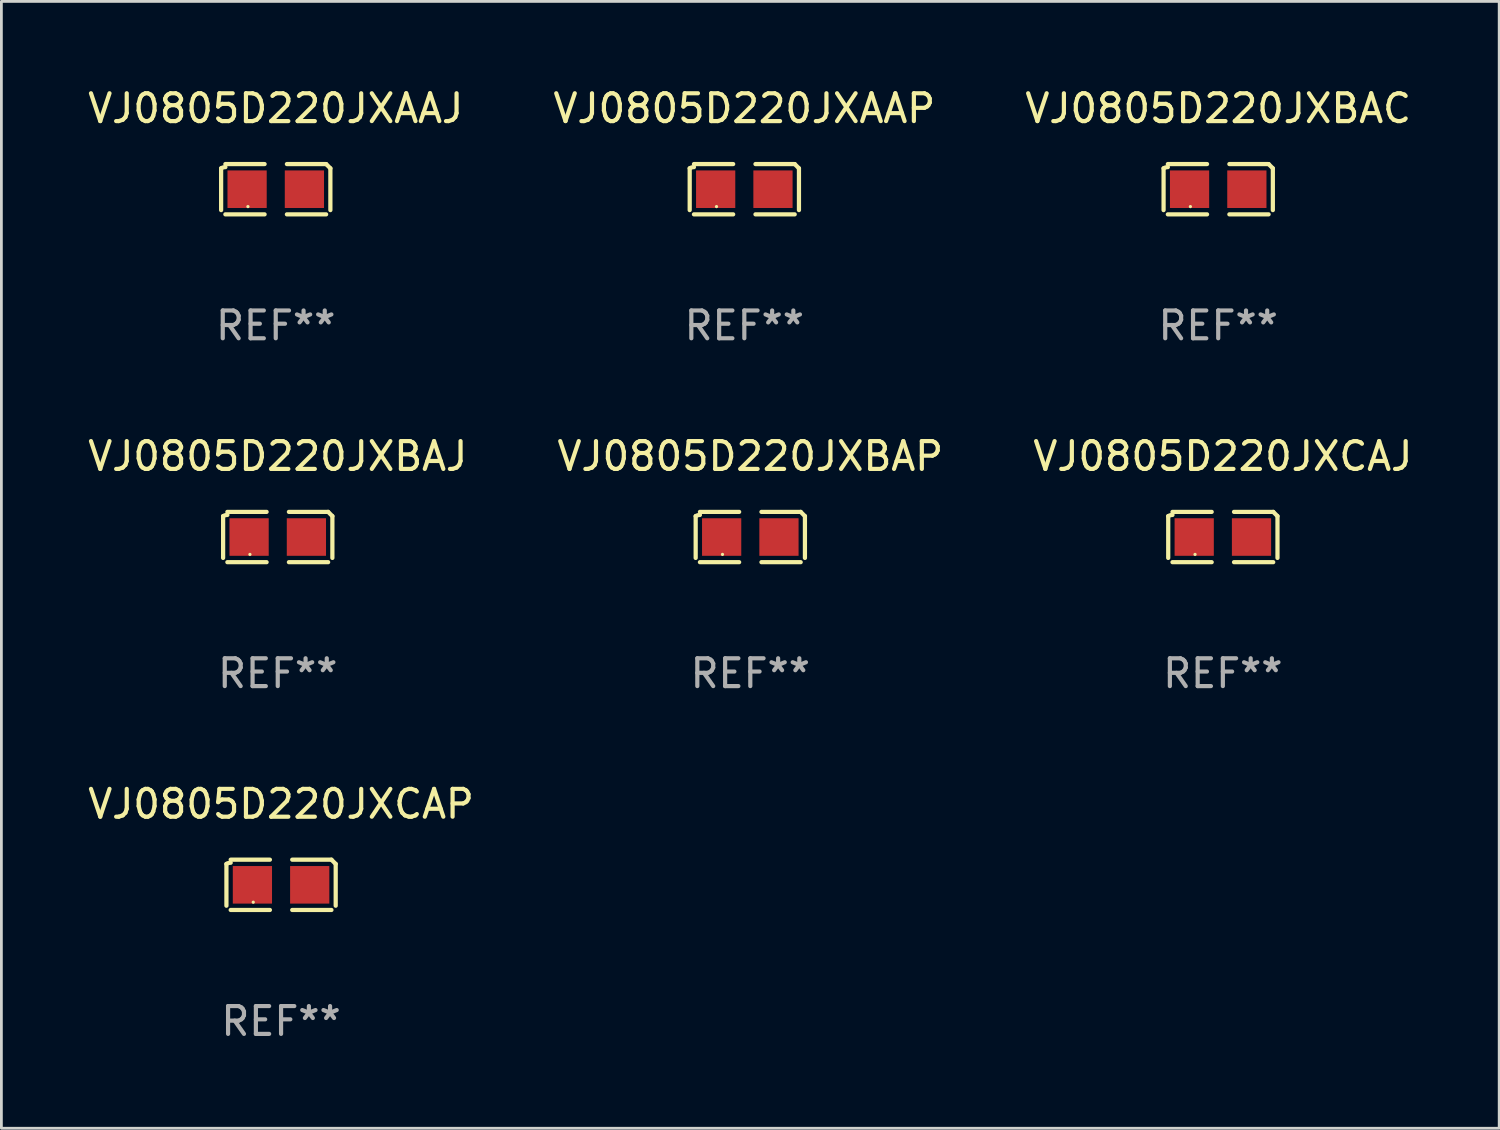
<source format=kicad_pcb>
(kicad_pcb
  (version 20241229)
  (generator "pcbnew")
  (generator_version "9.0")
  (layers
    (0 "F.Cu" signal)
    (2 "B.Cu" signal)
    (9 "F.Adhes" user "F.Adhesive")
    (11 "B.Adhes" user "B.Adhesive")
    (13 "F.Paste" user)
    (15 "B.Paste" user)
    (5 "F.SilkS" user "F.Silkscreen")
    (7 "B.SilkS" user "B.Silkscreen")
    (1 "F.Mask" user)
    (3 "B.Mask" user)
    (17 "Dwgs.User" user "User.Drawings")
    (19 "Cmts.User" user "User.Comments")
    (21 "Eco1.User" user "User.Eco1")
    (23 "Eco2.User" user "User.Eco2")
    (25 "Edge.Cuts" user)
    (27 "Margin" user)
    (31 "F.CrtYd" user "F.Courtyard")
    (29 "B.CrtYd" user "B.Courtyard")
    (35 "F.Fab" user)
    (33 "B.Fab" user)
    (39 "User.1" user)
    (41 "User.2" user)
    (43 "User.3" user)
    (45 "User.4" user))
  (footprint "VJ0805D220JXBAP"
    (layer "F.Cu")
    (at 23.923 16.256)
    (property "Reference" "VJ0805D220JXBAP" (at 0 -2.904 0) (layer "F.SilkS") (effects (font (size 1 1) (thickness 0.15))))
    (attr through_hole)
    (fp_line (start -1.964 0.751) (end -1.964 -0.751) (stroke (width 0.152) (type solid)) (layer "F.SilkS"))
    (fp_line (start -1.811 -0.904) (end -0.401 -0.904) (stroke (width 0.152) (type solid)) (layer "F.SilkS"))
    (fp_line (start -0.401 0.904) (end -1.811 0.904) (stroke (width 0.152) (type solid)) (layer "F.SilkS"))
    (fp_line (start 0.401 0.904) (end 1.811 0.904) (stroke (width 0.152) (type solid)) (layer "F.SilkS"))
    (fp_line (start 1.811 -0.904) (end 0.401 -0.904) (stroke (width 0.152) (type solid)) (layer "F.SilkS"))
    (fp_line (start 1.964 0.751) (end 1.964 -0.751) (stroke (width 0.152) (type solid)) (layer "F.SilkS"))
    (fp_arc (start -1.963602 -0.751207) (mid -1.890354 -0.783131) (end -1.811201 -0.794044) (stroke (width 0.1524) (type solid)) (layer "F.SilkS"))
    (fp_arc (start 1.811202 -0.903607) (mid 1.887413 -0.827418) (end 1.963602 -0.751207) (stroke (width 0.1524) (type solid)) (layer "F.SilkS"))
    (fp_circle (center -1 0.625) (end -0.97 0.625) (stroke (width 0.06) (type solid)) (fill no) (layer "F.SilkS"))
    (fp_text user "REF**" (at 0 4.904 0) (layer "F.Fab") (effects (font (size 1 1) (thickness 0.15))))
    (pad "1" smd rect (at -1.03 0) (size 1.41 1.35) (layers "F.Cu" "F.Mask" "F.Paste"))
    (pad "2" smd rect (at 1.03 0) (size 1.41 1.35) (layers "F.Cu" "F.Mask" "F.Paste")))
  (footprint "VJ0805D220JXBAC"
    (layer "F.Cu")
    (at 40.744 3.752)
    (property "Reference" "VJ0805D220JXBAC" (at 0 -2.904 0) (layer "F.SilkS") (effects (font (size 1 1) (thickness 0.15))))
    (attr through_hole)
    (fp_line (start -1.964 0.751) (end -1.964 -0.751) (stroke (width 0.152) (type solid)) (layer "F.SilkS"))
    (fp_line (start -1.811 -0.904) (end -0.401 -0.904) (stroke (width 0.152) (type solid)) (layer "F.SilkS"))
    (fp_line (start -0.401 0.904) (end -1.811 0.904) (stroke (width 0.152) (type solid)) (layer "F.SilkS"))
    (fp_line (start 0.401 0.904) (end 1.811 0.904) (stroke (width 0.152) (type solid)) (layer "F.SilkS"))
    (fp_line (start 1.811 -0.904) (end 0.401 -0.904) (stroke (width 0.152) (type solid)) (layer "F.SilkS"))
    (fp_line (start 1.964 0.751) (end 1.964 -0.751) (stroke (width 0.152) (type solid)) (layer "F.SilkS"))
    (fp_arc (start -1.963602 -0.751207) (mid -1.890354 -0.783131) (end -1.811201 -0.794044) (stroke (width 0.1524) (type solid)) (layer "F.SilkS"))
    (fp_arc (start 1.811202 -0.903607) (mid 1.887413 -0.827418) (end 1.963602 -0.751207) (stroke (width 0.1524) (type solid)) (layer "F.SilkS"))
    (fp_circle (center -1 0.625) (end -0.97 0.625) (stroke (width 0.06) (type solid)) (fill no) (layer "F.SilkS"))
    (fp_text user "REF**" (at 0 4.904 0) (layer "F.Fab") (effects (font (size 1 1) (thickness 0.15))))
    (pad "1" smd rect (at -1.03 0) (size 1.41 1.35) (layers "F.Cu" "F.Mask" "F.Paste"))
    (pad "2" smd rect (at 1.03 0) (size 1.41 1.35) (layers "F.Cu" "F.Mask" "F.Paste")))
  (footprint "VJ0805D220JXBAJ"
    (layer "F.Cu")
    (at 6.935 16.256)
    (property "Reference" "VJ0805D220JXBAJ" (at 0 -2.904 0) (layer "F.SilkS") (effects (font (size 1 1) (thickness 0.15))))
    (attr through_hole)
    (fp_line (start -1.964 0.751) (end -1.964 -0.751) (stroke (width 0.152) (type solid)) (layer "F.SilkS"))
    (fp_line (start -1.811 -0.904) (end -0.401 -0.904) (stroke (width 0.152) (type solid)) (layer "F.SilkS"))
    (fp_line (start -0.401 0.904) (end -1.811 0.904) (stroke (width 0.152) (type solid)) (layer "F.SilkS"))
    (fp_line (start 0.401 0.904) (end 1.811 0.904) (stroke (width 0.152) (type solid)) (layer "F.SilkS"))
    (fp_line (start 1.811 -0.904) (end 0.401 -0.904) (stroke (width 0.152) (type solid)) (layer "F.SilkS"))
    (fp_line (start 1.964 0.751) (end 1.964 -0.751) (stroke (width 0.152) (type solid)) (layer "F.SilkS"))
    (fp_arc (start -1.963602 -0.751207) (mid -1.890354 -0.783131) (end -1.811201 -0.794044) (stroke (width 0.1524) (type solid)) (layer "F.SilkS"))
    (fp_arc (start 1.811202 -0.903607) (mid 1.887413 -0.827418) (end 1.963602 -0.751207) (stroke (width 0.1524) (type solid)) (layer "F.SilkS"))
    (fp_circle (center -1 0.625) (end -0.97 0.625) (stroke (width 0.06) (type solid)) (fill no) (layer "F.SilkS"))
    (fp_text user "REF**" (at 0 4.904 0) (layer "F.Fab") (effects (font (size 1 1) (thickness 0.15))))
    (pad "1" smd rect (at -1.03 0) (size 1.41 1.35) (layers "F.Cu" "F.Mask" "F.Paste"))
    (pad "2" smd rect (at 1.03 0) (size 1.41 1.35) (layers "F.Cu" "F.Mask" "F.Paste")))
  (footprint "VJ0805D220JXCAP"
    (layer "F.Cu")
    (at 7.054 28.759)
    (property "Reference" "VJ0805D220JXCAP" (at 0 -2.904 0) (layer "F.SilkS") (effects (font (size 1 1) (thickness 0.15))))
    (attr through_hole)
    (fp_line (start -1.964 0.751) (end -1.964 -0.751) (stroke (width 0.152) (type solid)) (layer "F.SilkS"))
    (fp_line (start -1.811 -0.904) (end -0.401 -0.904) (stroke (width 0.152) (type solid)) (layer "F.SilkS"))
    (fp_line (start -0.401 0.904) (end -1.811 0.904) (stroke (width 0.152) (type solid)) (layer "F.SilkS"))
    (fp_line (start 0.401 0.904) (end 1.811 0.904) (stroke (width 0.152) (type solid)) (layer "F.SilkS"))
    (fp_line (start 1.811 -0.904) (end 0.401 -0.904) (stroke (width 0.152) (type solid)) (layer "F.SilkS"))
    (fp_line (start 1.964 0.751) (end 1.964 -0.751) (stroke (width 0.152) (type solid)) (layer "F.SilkS"))
    (fp_arc (start -1.963602 -0.751207) (mid -1.890354 -0.783131) (end -1.811201 -0.794044) (stroke (width 0.1524) (type solid)) (layer "F.SilkS"))
    (fp_arc (start 1.811202 -0.903607) (mid 1.887413 -0.827418) (end 1.963602 -0.751207) (stroke (width 0.1524) (type solid)) (layer "F.SilkS"))
    (fp_circle (center -1 0.625) (end -0.97 0.625) (stroke (width 0.06) (type solid)) (fill no) (layer "F.SilkS"))
    (fp_text user "REF**" (at 0 4.904 0) (layer "F.Fab") (effects (font (size 1 1) (thickness 0.15))))
    (pad "1" smd rect (at -1.03 0) (size 1.41 1.35) (layers "F.Cu" "F.Mask" "F.Paste"))
    (pad "2" smd rect (at 1.03 0) (size 1.41 1.35) (layers "F.Cu" "F.Mask" "F.Paste")))
  (footprint "VJ0805D220JXAAJ"
    (layer "F.Cu")
    (at 6.863 3.752)
    (property "Reference" "VJ0805D220JXAAJ" (at 0 -2.904 0) (layer "F.SilkS") (effects (font (size 1 1) (thickness 0.15))))
    (attr through_hole)
    (fp_line (start -1.964 0.751) (end -1.964 -0.751) (stroke (width 0.152) (type solid)) (layer "F.SilkS"))
    (fp_line (start -1.811 -0.904) (end -0.401 -0.904) (stroke (width 0.152) (type solid)) (layer "F.SilkS"))
    (fp_line (start -0.401 0.904) (end -1.811 0.904) (stroke (width 0.152) (type solid)) (layer "F.SilkS"))
    (fp_line (start 0.401 0.904) (end 1.811 0.904) (stroke (width 0.152) (type solid)) (layer "F.SilkS"))
    (fp_line (start 1.811 -0.904) (end 0.401 -0.904) (stroke (width 0.152) (type solid)) (layer "F.SilkS"))
    (fp_line (start 1.964 0.751) (end 1.964 -0.751) (stroke (width 0.152) (type solid)) (layer "F.SilkS"))
    (fp_arc (start -1.963602 -0.751207) (mid -1.890354 -0.783131) (end -1.811201 -0.794044) (stroke (width 0.1524) (type solid)) (layer "F.SilkS"))
    (fp_arc (start 1.811202 -0.903607) (mid 1.887413 -0.827418) (end 1.963602 -0.751207) (stroke (width 0.1524) (type solid)) (layer "F.SilkS"))
    (fp_circle (center -1 0.625) (end -0.97 0.625) (stroke (width 0.06) (type solid)) (fill no) (layer "F.SilkS"))
    (fp_text user "REF**" (at 0 4.904 0) (layer "F.Fab") (effects (font (size 1 1) (thickness 0.15))))
    (pad "1" smd rect (at -1.03 0) (size 1.41 1.35) (layers "F.Cu" "F.Mask" "F.Paste"))
    (pad "2" smd rect (at 1.03 0) (size 1.41 1.35) (layers "F.Cu" "F.Mask" "F.Paste")))
  (footprint "VJ0805D220JXCAJ"
    (layer "F.Cu")
    (at 40.911 16.256)
    (property "Reference" "VJ0805D220JXCAJ" (at 0 -2.904 0) (layer "F.SilkS") (effects (font (size 1 1) (thickness 0.15))))
    (attr through_hole)
    (fp_line (start -1.964 0.751) (end -1.964 -0.751) (stroke (width 0.152) (type solid)) (layer "F.SilkS"))
    (fp_line (start -1.811 -0.904) (end -0.401 -0.904) (stroke (width 0.152) (type solid)) (layer "F.SilkS"))
    (fp_line (start -0.401 0.904) (end -1.811 0.904) (stroke (width 0.152) (type solid)) (layer "F.SilkS"))
    (fp_line (start 0.401 0.904) (end 1.811 0.904) (stroke (width 0.152) (type solid)) (layer "F.SilkS"))
    (fp_line (start 1.811 -0.904) (end 0.401 -0.904) (stroke (width 0.152) (type solid)) (layer "F.SilkS"))
    (fp_line (start 1.964 0.751) (end 1.964 -0.751) (stroke (width 0.152) (type solid)) (layer "F.SilkS"))
    (fp_arc (start -1.963602 -0.751207) (mid -1.890354 -0.783131) (end -1.811201 -0.794044) (stroke (width 0.1524) (type solid)) (layer "F.SilkS"))
    (fp_arc (start 1.811202 -0.903607) (mid 1.887413 -0.827418) (end 1.963602 -0.751207) (stroke (width 0.1524) (type solid)) (layer "F.SilkS"))
    (fp_circle (center -1 0.625) (end -0.97 0.625) (stroke (width 0.06) (type solid)) (fill no) (layer "F.SilkS"))
    (fp_text user "REF**" (at 0 4.904 0) (layer "F.Fab") (effects (font (size 1 1) (thickness 0.15))))
    (pad "1" smd rect (at -1.03 0) (size 1.41 1.35) (layers "F.Cu" "F.Mask" "F.Paste"))
    (pad "2" smd rect (at 1.03 0) (size 1.41 1.35) (layers "F.Cu" "F.Mask" "F.Paste")))
  (footprint "VJ0805D220JXAAP"
    (layer "F.Cu")
    (at 23.708 3.752)
    (property "Reference" "VJ0805D220JXAAP" (at 0 -2.904 0) (layer "F.SilkS") (effects (font (size 1 1) (thickness 0.15))))
    (attr through_hole)
    (fp_line (start -1.964 0.751) (end -1.964 -0.751) (stroke (width 0.152) (type solid)) (layer "F.SilkS"))
    (fp_line (start -1.811 -0.904) (end -0.401 -0.904) (stroke (width 0.152) (type solid)) (layer "F.SilkS"))
    (fp_line (start -0.401 0.904) (end -1.811 0.904) (stroke (width 0.152) (type solid)) (layer "F.SilkS"))
    (fp_line (start 0.401 0.904) (end 1.811 0.904) (stroke (width 0.152) (type solid)) (layer "F.SilkS"))
    (fp_line (start 1.811 -0.904) (end 0.401 -0.904) (stroke (width 0.152) (type solid)) (layer "F.SilkS"))
    (fp_line (start 1.964 0.751) (end 1.964 -0.751) (stroke (width 0.152) (type solid)) (layer "F.SilkS"))
    (fp_arc (start -1.963602 -0.751207) (mid -1.890354 -0.783131) (end -1.811201 -0.794044) (stroke (width 0.1524) (type solid)) (layer "F.SilkS"))
    (fp_arc (start 1.811202 -0.903607) (mid 1.887413 -0.827418) (end 1.963602 -0.751207) (stroke (width 0.1524) (type solid)) (layer "F.SilkS"))
    (fp_circle (center -1 0.625) (end -0.97 0.625) (stroke (width 0.06) (type solid)) (fill no) (layer "F.SilkS"))
    (fp_text user "REF**" (at 0 4.904 0) (layer "F.Fab") (effects (font (size 1 1) (thickness 0.15))))
    (pad "1" smd rect (at -1.03 0) (size 1.41 1.35) (layers "F.Cu" "F.Mask" "F.Paste"))
    (pad "2" smd rect (at 1.03 0) (size 1.41 1.35) (layers "F.Cu" "F.Mask" "F.Paste")))
  (gr_rect
    (start -3 -3)
    (end 50.845 37.511)
    (stroke (width 0.1) (type default))
    (fill no)
    (layer "Edge.Cuts")))
</source>
